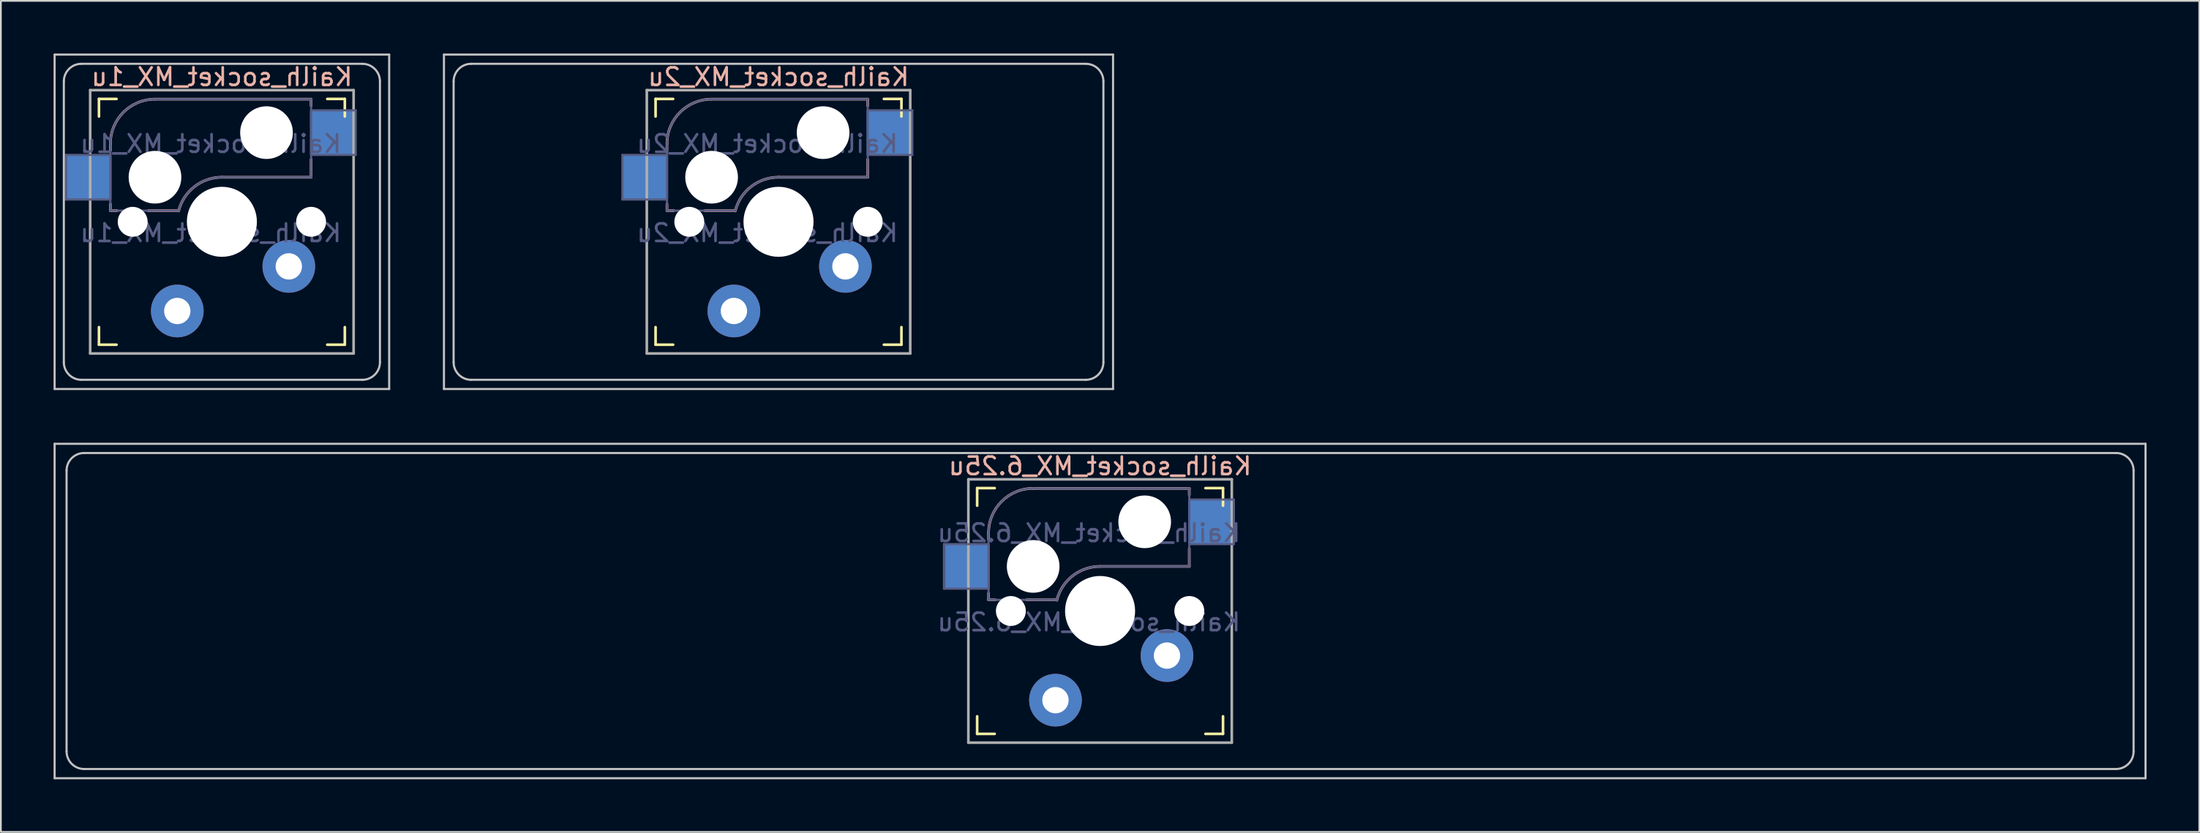
<source format=kicad_pcb>
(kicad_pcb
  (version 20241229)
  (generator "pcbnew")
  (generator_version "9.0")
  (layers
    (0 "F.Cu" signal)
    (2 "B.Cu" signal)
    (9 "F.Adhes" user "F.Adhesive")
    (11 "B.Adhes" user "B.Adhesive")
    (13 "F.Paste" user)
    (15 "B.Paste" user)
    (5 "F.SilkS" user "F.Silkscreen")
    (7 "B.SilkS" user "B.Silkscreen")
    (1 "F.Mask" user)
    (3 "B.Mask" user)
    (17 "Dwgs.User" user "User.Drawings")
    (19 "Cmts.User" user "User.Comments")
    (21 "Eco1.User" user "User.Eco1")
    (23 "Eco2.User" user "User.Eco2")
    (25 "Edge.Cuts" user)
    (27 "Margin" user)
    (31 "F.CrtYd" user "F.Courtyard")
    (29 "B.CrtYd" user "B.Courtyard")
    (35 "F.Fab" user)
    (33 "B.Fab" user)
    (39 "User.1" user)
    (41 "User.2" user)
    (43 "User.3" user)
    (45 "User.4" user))
  (footprint "Kailh_socket_MX_1u"
    (layer "F.Cu")
    (at 9.585 9.585)
    (property "Reference" "Kailh_socket_MX_1u" (at 0 -8.255 0) (layer "B.SilkS") (effects (font (size 1 1) (thickness 0.15)) (justify mirror)))
    (property "Value" "Kailh_socket_MX_1u" (at 0 8.255 0) (layer "F.Fab") (hide yes) (effects (font (size 1 1) (thickness 0.15))))
    (attr smd)
    (fp_line (start -7 -6) (end -7 -7) (stroke (width 0.15) (type solid)) (layer "F.SilkS"))
    (fp_line (start -7 7) (end -7 6) (stroke (width 0.15) (type solid)) (layer "F.SilkS"))
    (fp_line (start -7 7) (end -6 7) (stroke (width 0.15) (type solid)) (layer "F.SilkS"))
    (fp_line (start -6 -7) (end -7 -7) (stroke (width 0.15) (type solid)) (layer "F.SilkS"))
    (fp_line (start 6 7) (end 7 7) (stroke (width 0.15) (type solid)) (layer "F.SilkS"))
    (fp_line (start 7 -7) (end 6 -7) (stroke (width 0.15) (type solid)) (layer "F.SilkS"))
    (fp_line (start 7 -7) (end 7 -6) (stroke (width 0.15) (type solid)) (layer "F.SilkS"))
    (fp_line (start 7 6) (end 7 7) (stroke (width 0.15) (type solid)) (layer "F.SilkS"))
    (fp_line (start -6.35 -4.445) (end -6.35 -4.064) (stroke (width 0.15) (type solid)) (layer "B.SilkS"))
    (fp_line (start -6.35 -1.016) (end -6.35 -0.635) (stroke (width 0.15) (type solid)) (layer "B.SilkS"))
    (fp_line (start -5.969 -0.635) (end -6.35 -0.635) (stroke (width 0.15) (type solid)) (layer "B.SilkS"))
    (fp_line (start -3.81 -6.985) (end 5.08 -6.985) (stroke (width 0.15) (type solid)) (layer "B.SilkS"))
    (fp_line (start -2.464 -0.635) (end -4.191 -0.635) (stroke (width 0.15) (type solid)) (layer "B.SilkS"))
    (fp_line (start 5.08 -6.985) (end 5.08 -6.604) (stroke (width 0.15) (type solid)) (layer "B.SilkS"))
    (fp_line (start 5.08 -3.556) (end 5.08 -2.54) (stroke (width 0.15) (type solid)) (layer "B.SilkS"))
    (fp_line (start 5.08 -2.54) (end 0 -2.54) (stroke (width 0.15) (type solid)) (layer "B.SilkS"))
    (fp_arc (start -6.35 -4.445) (mid -5.606051 -6.241051) (end -3.81 -6.985) (stroke (width 0.15) (type solid)) (layer "B.SilkS"))
    (fp_arc (start -2.464162 -0.61604) (mid -1.563147 -2.002042) (end 0 -2.54) (stroke (width 0.15) (type solid)) (layer "B.SilkS"))
    (fp_line (start -9.525 -9.525) (end 9.525 -9.525) (stroke (width 0.12) (type solid)) (layer "Dwgs.User"))
    (fp_line (start -9.525 9.525) (end -9.525 -9.525) (stroke (width 0.12) (type solid)) (layer "Dwgs.User"))
    (fp_line (start -9 8) (end -9 -8) (stroke (width 0.12) (type solid)) (layer "Dwgs.User"))
    (fp_line (start -8 -9) (end 8 -9) (stroke (width 0.12) (type solid)) (layer "Dwgs.User"))
    (fp_line (start -8 9) (end 8 9) (stroke (width 0.12) (type solid)) (layer "Dwgs.User"))
    (fp_line (start 9 8) (end 9 -8) (stroke (width 0.12) (type solid)) (layer "Dwgs.User"))
    (fp_line (start 9.525 -9.525) (end 9.525 9.525) (stroke (width 0.12) (type solid)) (layer "Dwgs.User"))
    (fp_line (start 9.525 9.525) (end -9.525 9.525) (stroke (width 0.12) (type solid)) (layer "Dwgs.User"))
    (fp_arc (start -9 -8) (mid -8.707107 -8.707107) (end -8 -9) (stroke (width 0.12) (type solid)) (layer "Dwgs.User"))
    (fp_arc (start -8 9) (mid -8.707107 8.707107) (end -9 8) (stroke (width 0.12) (type solid)) (layer "Dwgs.User"))
    (fp_arc (start 8 -9) (mid 8.707107 -8.707107) (end 9 -8) (stroke (width 0.12) (type solid)) (layer "Dwgs.User"))
    (fp_arc (start 9 8) (mid 8.707107 8.707107) (end 8 9) (stroke (width 0.12) (type solid)) (layer "Dwgs.User"))
    (fp_line (start -6.9 6.9) (end -6.9 -6.9) (stroke (width 0.15) (type solid)) (layer "Eco2.User"))
    (fp_line (start -6.9 6.9) (end 6.9 6.9) (stroke (width 0.15) (type solid)) (layer "Eco2.User"))
    (fp_line (start 6.9 -6.9) (end -6.9 -6.9) (stroke (width 0.15) (type solid)) (layer "Eco2.User"))
    (fp_line (start 6.9 -6.9) (end 6.9 6.9) (stroke (width 0.15) (type solid)) (layer "Eco2.User"))
    (fp_line (start -8.89 -3.81) (end -6.35 -3.81) (stroke (width 0.12) (type solid)) (layer "B.Fab"))
    (fp_line (start -8.89 -1.27) (end -8.89 -3.81) (stroke (width 0.12) (type solid)) (layer "B.Fab"))
    (fp_line (start -6.35 -1.27) (end -8.89 -1.27) (stroke (width 0.12) (type solid)) (layer "B.Fab"))
    (fp_line (start -6.35 -0.635) (end -6.35 -4.445) (stroke (width 0.12) (type solid)) (layer "B.Fab"))
    (fp_line (start -6.35 -0.635) (end -2.54 -0.635) (stroke (width 0.12) (type solid)) (layer "B.Fab"))
    (fp_line (start -3.81 -6.985) (end 5.08 -6.985) (stroke (width 0.12) (type solid)) (layer "B.Fab"))
    (fp_line (start 5.08 -6.985) (end 5.08 -2.54) (stroke (width 0.12) (type solid)) (layer "B.Fab"))
    (fp_line (start 5.08 -6.35) (end 7.62 -6.35) (stroke (width 0.12) (type solid)) (layer "B.Fab"))
    (fp_line (start 5.08 -2.54) (end 0 -2.54) (stroke (width 0.12) (type solid)) (layer "B.Fab"))
    (fp_line (start 7.62 -6.35) (end 7.62 -3.81) (stroke (width 0.12) (type solid)) (layer "B.Fab"))
    (fp_line (start 7.62 -3.81) (end 5.08 -3.81) (stroke (width 0.12) (type solid)) (layer "B.Fab"))
    (fp_arc (start -6.35 -4.445) (mid -5.606051 -6.241051) (end -3.81 -6.985) (stroke (width 0.12) (type solid)) (layer "B.Fab"))
    (fp_arc (start -2.464162 -0.61604) (mid -1.563147 -2.002042) (end 0 -2.54) (stroke (width 0.12) (type solid)) (layer "B.Fab"))
    (fp_line (start -7.5 -7.5) (end 7.5 -7.5) (stroke (width 0.15) (type solid)) (layer "F.Fab"))
    (fp_line (start -7.5 7.5) (end -7.5 -7.5) (stroke (width 0.15) (type solid)) (layer "F.Fab"))
    (fp_line (start 7.5 -7.5) (end 7.5 7.5) (stroke (width 0.15) (type solid)) (layer "F.Fab"))
    (fp_line (start 7.5 7.5) (end -7.5 7.5) (stroke (width 0.15) (type solid)) (layer "F.Fab"))
    (fp_text user "${REFERENCE}" (at -0.635 -4.445 0) (layer "B.Fab") (effects (font (size 1 1) (thickness 0.15)) (justify mirror)))
    (fp_text user "${VALUE}" (at -0.635 0.635 0) (layer "B.Fab") (effects (font (size 1 1) (thickness 0.15)) (justify mirror)))
    (pad "" np_thru_hole circle (at -5.08 0) (size 1.702 1.702) (drill 1.702) (layers "*.Cu" "*.Mask"))
    (pad "" np_thru_hole circle (at -3.81 -2.54) (size 3 3) (drill 3) (layers "*.Cu" "*.Mask"))
    (pad "" np_thru_hole circle (at 0 0) (size 3.988 3.988) (drill 3.988) (layers "*.Cu" "*.Mask"))
    (pad "" np_thru_hole circle (at 2.54 -5.08) (size 3 3) (drill 3) (layers "*.Cu" "*.Mask"))
    (pad "" np_thru_hole circle (at 5.08 0) (size 1.702 1.702) (drill 1.702) (layers "*.Cu" "*.Mask"))
    (pad "1" thru_hole circle (at -2.54 5.08) (size 3 3) (drill 1.499) (layers "*.Cu" "*.Mask"))
    (pad "1" smd rect (at 6.29 -5.08) (size 2.55 2.5) (layers "B.Cu" "B.Mask" "B.Paste"))
    (pad "2" smd rect (at -7.56 -2.54) (size 2.55 2.5) (layers "B.Cu" "B.Mask" "B.Paste"))
    (pad "2" thru_hole circle (at 3.81 2.54) (size 3 3) (drill 1.499) (layers "*.Cu" "*.Mask")))
  (footprint "Kailh_socket_MX_2u"
    (layer "F.Cu")
    (at 41.28 9.585)
    (property "Reference" "Kailh_socket_MX_2u" (at 0 -8.255 0) (layer "B.SilkS") (effects (font (size 1 1) (thickness 0.15)) (justify mirror)))
    (property "Value" "Kailh_socket_MX_2u" (at 0 8.255 0) (layer "F.Fab") (hide yes) (effects (font (size 1 1) (thickness 0.15))))
    (attr smd)
    (fp_line (start -7 -6) (end -7 -7) (stroke (width 0.15) (type solid)) (layer "F.SilkS"))
    (fp_line (start -7 7) (end -7 6) (stroke (width 0.15) (type solid)) (layer "F.SilkS"))
    (fp_line (start -7 7) (end -6 7) (stroke (width 0.15) (type solid)) (layer "F.SilkS"))
    (fp_line (start -6 -7) (end -7 -7) (stroke (width 0.15) (type solid)) (layer "F.SilkS"))
    (fp_line (start 6 7) (end 7 7) (stroke (width 0.15) (type solid)) (layer "F.SilkS"))
    (fp_line (start 7 -7) (end 6 -7) (stroke (width 0.15) (type solid)) (layer "F.SilkS"))
    (fp_line (start 7 -7) (end 7 -6) (stroke (width 0.15) (type solid)) (layer "F.SilkS"))
    (fp_line (start 7 6) (end 7 7) (stroke (width 0.15) (type solid)) (layer "F.SilkS"))
    (fp_line (start -6.35 -4.445) (end -6.35 -4.064) (stroke (width 0.15) (type solid)) (layer "B.SilkS"))
    (fp_line (start -6.35 -1.016) (end -6.35 -0.635) (stroke (width 0.15) (type solid)) (layer "B.SilkS"))
    (fp_line (start -5.969 -0.635) (end -6.35 -0.635) (stroke (width 0.15) (type solid)) (layer "B.SilkS"))
    (fp_line (start -3.81 -6.985) (end 5.08 -6.985) (stroke (width 0.15) (type solid)) (layer "B.SilkS"))
    (fp_line (start -2.464 -0.635) (end -4.191 -0.635) (stroke (width 0.15) (type solid)) (layer "B.SilkS"))
    (fp_line (start 5.08 -6.985) (end 5.08 -6.604) (stroke (width 0.15) (type solid)) (layer "B.SilkS"))
    (fp_line (start 5.08 -3.556) (end 5.08 -2.54) (stroke (width 0.15) (type solid)) (layer "B.SilkS"))
    (fp_line (start 5.08 -2.54) (end 0 -2.54) (stroke (width 0.15) (type solid)) (layer "B.SilkS"))
    (fp_arc (start -6.35 -4.445) (mid -5.606051 -6.241051) (end -3.81 -6.985) (stroke (width 0.15) (type solid)) (layer "B.SilkS"))
    (fp_arc (start -2.464162 -0.61604) (mid -1.563147 -2.002042) (end 0 -2.54) (stroke (width 0.15) (type solid)) (layer "B.SilkS"))
    (fp_line (start -19.05 -9.525) (end 19.05 -9.525) (stroke (width 0.12) (type solid)) (layer "Dwgs.User"))
    (fp_line (start -19.05 9.525) (end -19.05 -9.525) (stroke (width 0.12) (type solid)) (layer "Dwgs.User"))
    (fp_line (start -18.5 8) (end -18.5 -8) (stroke (width 0.12) (type solid)) (layer "Dwgs.User"))
    (fp_line (start -17.5 -9) (end 17.5 -9) (stroke (width 0.12) (type solid)) (layer "Dwgs.User"))
    (fp_line (start -17.5 9) (end 17.5 9) (stroke (width 0.12) (type solid)) (layer "Dwgs.User"))
    (fp_line (start 18.5 8) (end 18.5 -8) (stroke (width 0.12) (type solid)) (layer "Dwgs.User"))
    (fp_line (start 19.05 -9.525) (end 19.05 9.525) (stroke (width 0.12) (type solid)) (layer "Dwgs.User"))
    (fp_line (start 19.05 9.525) (end -19.05 9.525) (stroke (width 0.12) (type solid)) (layer "Dwgs.User"))
    (fp_arc (start -18.5 -8) (mid -18.207107 -8.707107) (end -17.5 -9) (stroke (width 0.12) (type solid)) (layer "Dwgs.User"))
    (fp_arc (start -17.5 9) (mid -18.207107 8.707107) (end -18.5 8) (stroke (width 0.12) (type solid)) (layer "Dwgs.User"))
    (fp_arc (start 17.5 -9) (mid 18.207107 -8.707107) (end 18.5 -8) (stroke (width 0.12) (type solid)) (layer "Dwgs.User"))
    (fp_arc (start 18.5 8) (mid 18.207107 8.707107) (end 17.5 9) (stroke (width 0.12) (type solid)) (layer "Dwgs.User"))
    (fp_line (start -6.9 6.9) (end -6.9 -6.9) (stroke (width 0.15) (type solid)) (layer "Eco2.User"))
    (fp_line (start -6.9 6.9) (end 6.9 6.9) (stroke (width 0.15) (type solid)) (layer "Eco2.User"))
    (fp_line (start 6.9 -6.9) (end -6.9 -6.9) (stroke (width 0.15) (type solid)) (layer "Eco2.User"))
    (fp_line (start 6.9 -6.9) (end 6.9 6.9) (stroke (width 0.15) (type solid)) (layer "Eco2.User"))
    (fp_line (start -8.89 -3.81) (end -6.35 -3.81) (stroke (width 0.12) (type solid)) (layer "B.Fab"))
    (fp_line (start -8.89 -1.27) (end -8.89 -3.81) (stroke (width 0.12) (type solid)) (layer "B.Fab"))
    (fp_line (start -6.35 -1.27) (end -8.89 -1.27) (stroke (width 0.12) (type solid)) (layer "B.Fab"))
    (fp_line (start -6.35 -0.635) (end -6.35 -4.445) (stroke (width 0.12) (type solid)) (layer "B.Fab"))
    (fp_line (start -6.35 -0.635) (end -2.54 -0.635) (stroke (width 0.12) (type solid)) (layer "B.Fab"))
    (fp_line (start -3.81 -6.985) (end 5.08 -6.985) (stroke (width 0.12) (type solid)) (layer "B.Fab"))
    (fp_line (start 5.08 -6.985) (end 5.08 -2.54) (stroke (width 0.12) (type solid)) (layer "B.Fab"))
    (fp_line (start 5.08 -6.35) (end 7.62 -6.35) (stroke (width 0.12) (type solid)) (layer "B.Fab"))
    (fp_line (start 5.08 -2.54) (end 0 -2.54) (stroke (width 0.12) (type solid)) (layer "B.Fab"))
    (fp_line (start 7.62 -6.35) (end 7.62 -3.81) (stroke (width 0.12) (type solid)) (layer "B.Fab"))
    (fp_line (start 7.62 -3.81) (end 5.08 -3.81) (stroke (width 0.12) (type solid)) (layer "B.Fab"))
    (fp_arc (start -6.35 -4.445) (mid -5.606051 -6.241051) (end -3.81 -6.985) (stroke (width 0.12) (type solid)) (layer "B.Fab"))
    (fp_arc (start -2.464162 -0.61604) (mid -1.563147 -2.002042) (end 0 -2.54) (stroke (width 0.12) (type solid)) (layer "B.Fab"))
    (fp_line (start -7.5 -7.5) (end 7.5 -7.5) (stroke (width 0.15) (type solid)) (layer "F.Fab"))
    (fp_line (start -7.5 7.5) (end -7.5 -7.5) (stroke (width 0.15) (type solid)) (layer "F.Fab"))
    (fp_line (start 7.5 -7.5) (end 7.5 7.5) (stroke (width 0.15) (type solid)) (layer "F.Fab"))
    (fp_line (start 7.5 7.5) (end -7.5 7.5) (stroke (width 0.15) (type solid)) (layer "F.Fab"))
    (fp_text user "${VALUE}" (at -0.635 0.635 0) (layer "B.Fab") (effects (font (size 1 1) (thickness 0.15)) (justify mirror)))
    (fp_text user "${REFERENCE}" (at -0.635 -4.445 0) (layer "B.Fab") (effects (font (size 1 1) (thickness 0.15)) (justify mirror)))
    (pad "" np_thru_hole circle (at -5.08 0) (size 1.702 1.702) (drill 1.702) (layers "*.Cu" "*.Mask"))
    (pad "" np_thru_hole circle (at -3.81 -2.54) (size 3 3) (drill 3) (layers "*.Cu" "*.Mask"))
    (pad "" np_thru_hole circle (at 0 0) (size 3.988 3.988) (drill 3.988) (layers "*.Cu" "*.Mask"))
    (pad "" np_thru_hole circle (at 2.54 -5.08) (size 3 3) (drill 3) (layers "*.Cu" "*.Mask"))
    (pad "" np_thru_hole circle (at 5.08 0) (size 1.702 1.702) (drill 1.702) (layers "*.Cu" "*.Mask"))
    (pad "1" thru_hole circle (at -2.54 5.08) (size 3 3) (drill 1.499) (layers "*.Cu" "*.Mask"))
    (pad "1" smd rect (at 6.29 -5.08) (size 2.55 2.5) (layers "B.Cu" "B.Mask" "B.Paste"))
    (pad "2" smd rect (at -7.56 -2.54) (size 2.55 2.5) (layers "B.Cu" "B.Mask" "B.Paste"))
    (pad "2" thru_hole circle (at 3.81 2.54) (size 3 3) (drill 1.499) (layers "*.Cu" "*.Mask")))
  (footprint "Kailh_socket_MX_6.25u"
    (layer "F.Cu")
    (at 59.591 31.755)
    (property "Reference" "Kailh_socket_MX_6.25u" (at 0 -8.255 0) (layer "B.SilkS") (effects (font (size 1 1) (thickness 0.15)) (justify mirror)))
    (property "Value" "Kailh_socket_MX_6.25u" (at 0 8.255 0) (layer "F.Fab") (hide yes) (effects (font (size 1 1) (thickness 0.15))))
    (attr smd)
    (fp_line (start -7 -6) (end -7 -7) (stroke (width 0.15) (type solid)) (layer "F.SilkS"))
    (fp_line (start -7 7) (end -7 6) (stroke (width 0.15) (type solid)) (layer "F.SilkS"))
    (fp_line (start -7 7) (end -6 7) (stroke (width 0.15) (type solid)) (layer "F.SilkS"))
    (fp_line (start -6 -7) (end -7 -7) (stroke (width 0.15) (type solid)) (layer "F.SilkS"))
    (fp_line (start 6 7) (end 7 7) (stroke (width 0.15) (type solid)) (layer "F.SilkS"))
    (fp_line (start 7 -7) (end 6 -7) (stroke (width 0.15) (type solid)) (layer "F.SilkS"))
    (fp_line (start 7 -7) (end 7 -6) (stroke (width 0.15) (type solid)) (layer "F.SilkS"))
    (fp_line (start 7 6) (end 7 7) (stroke (width 0.15) (type solid)) (layer "F.SilkS"))
    (fp_line (start -6.35 -4.445) (end -6.35 -4.064) (stroke (width 0.15) (type solid)) (layer "B.SilkS"))
    (fp_line (start -6.35 -1.016) (end -6.35 -0.635) (stroke (width 0.15) (type solid)) (layer "B.SilkS"))
    (fp_line (start -5.969 -0.635) (end -6.35 -0.635) (stroke (width 0.15) (type solid)) (layer "B.SilkS"))
    (fp_line (start -3.81 -6.985) (end 5.08 -6.985) (stroke (width 0.15) (type solid)) (layer "B.SilkS"))
    (fp_line (start -2.464 -0.635) (end -4.191 -0.635) (stroke (width 0.15) (type solid)) (layer "B.SilkS"))
    (fp_line (start 5.08 -6.985) (end 5.08 -6.604) (stroke (width 0.15) (type solid)) (layer "B.SilkS"))
    (fp_line (start 5.08 -3.556) (end 5.08 -2.54) (stroke (width 0.15) (type solid)) (layer "B.SilkS"))
    (fp_line (start 5.08 -2.54) (end 0 -2.54) (stroke (width 0.15) (type solid)) (layer "B.SilkS"))
    (fp_arc (start -6.35 -4.445) (mid -5.606051 -6.241051) (end -3.81 -6.985) (stroke (width 0.15) (type solid)) (layer "B.SilkS"))
    (fp_arc (start -2.464162 -0.61604) (mid -1.563147 -2.002042) (end 0 -2.54) (stroke (width 0.15) (type solid)) (layer "B.SilkS"))
    (fp_line (start -59.531 -9.525) (end 59.531 -9.525) (stroke (width 0.12) (type solid)) (layer "Dwgs.User"))
    (fp_line (start -59.531 9.525) (end -59.531 -9.525) (stroke (width 0.12) (type solid)) (layer "Dwgs.User"))
    (fp_line (start -58.85 8) (end -58.85 -8) (stroke (width 0.12) (type solid)) (layer "Dwgs.User"))
    (fp_line (start -57.85 -9) (end 57.85 -9) (stroke (width 0.12) (type solid)) (layer "Dwgs.User"))
    (fp_line (start -57.85 9) (end 57.85 9) (stroke (width 0.12) (type solid)) (layer "Dwgs.User"))
    (fp_line (start 58.85 8) (end 58.85 -8) (stroke (width 0.12) (type solid)) (layer "Dwgs.User"))
    (fp_line (start 59.531 -9.525) (end 59.531 9.525) (stroke (width 0.12) (type solid)) (layer "Dwgs.User"))
    (fp_line (start 59.531 9.525) (end -59.531 9.525) (stroke (width 0.12) (type solid)) (layer "Dwgs.User"))
    (fp_arc (start -58.85 -8) (mid -58.557107 -8.707107) (end -57.85 -9) (stroke (width 0.12) (type solid)) (layer "Dwgs.User"))
    (fp_arc (start -57.85 9) (mid -58.557107 8.707107) (end -58.85 8) (stroke (width 0.12) (type solid)) (layer "Dwgs.User"))
    (fp_arc (start 57.85 -9) (mid 58.557107 -8.707107) (end 58.85 -8) (stroke (width 0.12) (type solid)) (layer "Dwgs.User"))
    (fp_arc (start 58.85 8) (mid 58.557107 8.707107) (end 57.85 9) (stroke (width 0.12) (type solid)) (layer "Dwgs.User"))
    (fp_line (start -6.9 6.9) (end -6.9 -6.9) (stroke (width 0.15) (type solid)) (layer "Eco2.User"))
    (fp_line (start -6.9 6.9) (end 6.9 6.9) (stroke (width 0.15) (type solid)) (layer "Eco2.User"))
    (fp_line (start 6.9 -6.9) (end -6.9 -6.9) (stroke (width 0.15) (type solid)) (layer "Eco2.User"))
    (fp_line (start 6.9 -6.9) (end 6.9 6.9) (stroke (width 0.15) (type solid)) (layer "Eco2.User"))
    (fp_line (start -8.89 -3.81) (end -6.35 -3.81) (stroke (width 0.12) (type solid)) (layer "B.Fab"))
    (fp_line (start -8.89 -1.27) (end -8.89 -3.81) (stroke (width 0.12) (type solid)) (layer "B.Fab"))
    (fp_line (start -6.35 -1.27) (end -8.89 -1.27) (stroke (width 0.12) (type solid)) (layer "B.Fab"))
    (fp_line (start -6.35 -0.635) (end -6.35 -4.445) (stroke (width 0.12) (type solid)) (layer "B.Fab"))
    (fp_line (start -6.35 -0.635) (end -2.54 -0.635) (stroke (width 0.12) (type solid)) (layer "B.Fab"))
    (fp_line (start -3.81 -6.985) (end 5.08 -6.985) (stroke (width 0.12) (type solid)) (layer "B.Fab"))
    (fp_line (start 5.08 -6.985) (end 5.08 -2.54) (stroke (width 0.12) (type solid)) (layer "B.Fab"))
    (fp_line (start 5.08 -6.35) (end 7.62 -6.35) (stroke (width 0.12) (type solid)) (layer "B.Fab"))
    (fp_line (start 5.08 -2.54) (end 0 -2.54) (stroke (width 0.12) (type solid)) (layer "B.Fab"))
    (fp_line (start 7.62 -6.35) (end 7.62 -3.81) (stroke (width 0.12) (type solid)) (layer "B.Fab"))
    (fp_line (start 7.62 -3.81) (end 5.08 -3.81) (stroke (width 0.12) (type solid)) (layer "B.Fab"))
    (fp_arc (start -6.35 -4.445) (mid -5.606051 -6.241051) (end -3.81 -6.985) (stroke (width 0.12) (type solid)) (layer "B.Fab"))
    (fp_arc (start -2.464162 -0.61604) (mid -1.563147 -2.002042) (end 0 -2.54) (stroke (width 0.12) (type solid)) (layer "B.Fab"))
    (fp_line (start -7.5 -7.5) (end 7.5 -7.5) (stroke (width 0.15) (type solid)) (layer "F.Fab"))
    (fp_line (start -7.5 7.5) (end -7.5 -7.5) (stroke (width 0.15) (type solid)) (layer "F.Fab"))
    (fp_line (start 7.5 -7.5) (end 7.5 7.5) (stroke (width 0.15) (type solid)) (layer "F.Fab"))
    (fp_line (start 7.5 7.5) (end -7.5 7.5) (stroke (width 0.15) (type solid)) (layer "F.Fab"))
    (fp_text user "${REFERENCE}" (at -0.635 -4.445 0) (layer "B.Fab") (effects (font (size 1 1) (thickness 0.15)) (justify mirror)))
    (fp_text user "${VALUE}" (at -0.635 0.635 0) (layer "B.Fab") (effects (font (size 1 1) (thickness 0.15)) (justify mirror)))
    (pad "" np_thru_hole circle (at -5.08 0) (size 1.702 1.702) (drill 1.702) (layers "*.Cu" "*.Mask"))
    (pad "" np_thru_hole circle (at -3.81 -2.54) (size 3 3) (drill 3) (layers "*.Cu" "*.Mask"))
    (pad "" np_thru_hole circle (at 0 0) (size 3.988 3.988) (drill 3.988) (layers "*.Cu" "*.Mask"))
    (pad "" np_thru_hole circle (at 2.54 -5.08) (size 3 3) (drill 3) (layers "*.Cu" "*.Mask"))
    (pad "" np_thru_hole circle (at 5.08 0) (size 1.702 1.702) (drill 1.702) (layers "*.Cu" "*.Mask"))
    (pad "1" thru_hole circle (at -2.54 5.08) (size 3 3) (drill 1.499) (layers "*.Cu" "*.Mask"))
    (pad "1" smd rect (at 6.29 -5.08) (size 2.55 2.5) (layers "B.Cu" "B.Mask" "B.Paste"))
    (pad "2" smd rect (at -7.56 -2.54) (size 2.55 2.5) (layers "B.Cu" "B.Mask" "B.Paste"))
    (pad "2" thru_hole circle (at 3.81 2.54) (size 3 3) (drill 1.499) (layers "*.Cu" "*.Mask")))
  (gr_rect
    (start -3 -3)
    (end 122.183 44.34)
    (stroke (width 0.1) (type default))
    (fill no)
    (layer "Edge.Cuts")))
</source>
